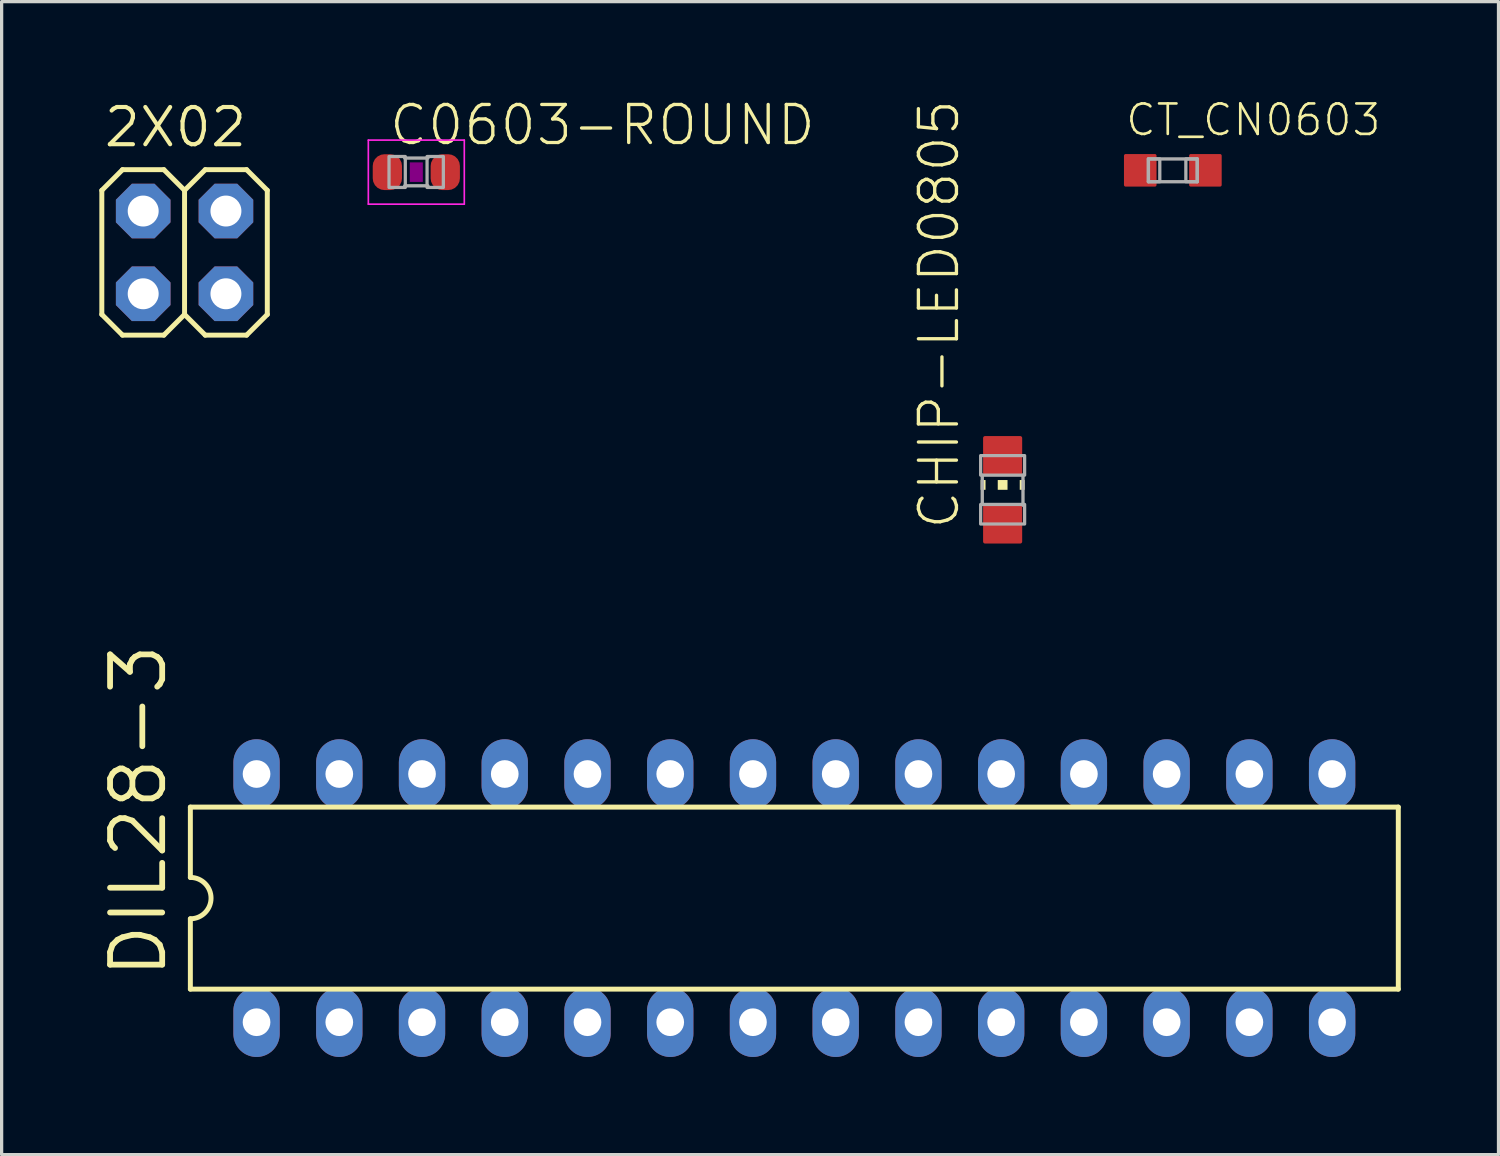
<source format=kicad_pcb>
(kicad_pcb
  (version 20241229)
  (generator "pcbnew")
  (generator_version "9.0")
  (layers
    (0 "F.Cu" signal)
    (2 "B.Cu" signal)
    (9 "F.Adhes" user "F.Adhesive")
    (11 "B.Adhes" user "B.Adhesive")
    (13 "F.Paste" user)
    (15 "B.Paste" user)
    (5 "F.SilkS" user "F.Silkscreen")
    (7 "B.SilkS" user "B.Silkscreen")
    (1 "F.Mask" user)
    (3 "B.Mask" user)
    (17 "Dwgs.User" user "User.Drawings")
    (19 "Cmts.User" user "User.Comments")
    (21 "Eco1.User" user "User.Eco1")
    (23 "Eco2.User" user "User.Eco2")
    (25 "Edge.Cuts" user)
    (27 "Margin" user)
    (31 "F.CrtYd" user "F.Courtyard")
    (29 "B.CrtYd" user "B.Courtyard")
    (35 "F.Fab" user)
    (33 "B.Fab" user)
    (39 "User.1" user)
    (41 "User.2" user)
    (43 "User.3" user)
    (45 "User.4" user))
  (footprint "CHIP-LED0805"
    (layer "F.Cu")
    (at 27.731 11.987)
    (property "Reference" "CHIP-LED0805" (at -1.27 1.27 90) (layer "F.SilkS") (effects (font (size 1.168 1.168) (thickness 0.102)) (justify left bottom)))
    (fp_poly (pts (xy -0.675 0) (xy -0.525 0) (xy -0.525 -0.3) (xy -0.675 -0.3)) (stroke (width 0) (type default)) (fill yes) (layer "F.SilkS"))
    (fp_poly (pts (xy -0.15 0) (xy 0.15 0) (xy 0.15 -0.3) (xy -0.15 -0.3)) (stroke (width 0) (type default)) (fill yes) (layer "F.SilkS"))
    (fp_poly (pts (xy 0.525 0) (xy 0.675 0) (xy 0.675 -0.3) (xy 0.525 -0.3)) (stroke (width 0) (type default)) (fill yes) (layer "F.SilkS"))
    (fp_line (start -0.625 -0.45) (end -0.625 0.45) (stroke (width 0.102) (type solid)) (layer "F.Fab"))
    (fp_line (start 0.625 -0.45) (end 0.625 0.475) (stroke (width 0.102) (type solid)) (layer "F.Fab"))
    (fp_poly (pts (xy -0.675 -0.45) (xy 0.675 -0.45) (xy 0.675 -1.05) (xy -0.675 -1.05)) (stroke (width 0.1) (type default)) (fill no) (layer "F.Fab"))
    (fp_poly (pts (xy -0.675 1.05) (xy 0.675 1.05) (xy 0.675 0.45) (xy -0.675 0.45)) (stroke (width 0.1) (type default)) (fill no) (layer "F.Fab"))
    (pad "A" smd roundrect (at 0 1.05) (size 1.2 1.2) (layers "F.Cu" "F.Mask" "F.Paste") (roundrect_rratio 0.05))
    (pad "C" smd roundrect (at 0 -1.05) (size 1.2 1.2) (layers "F.Cu" "F.Mask" "F.Paste") (roundrect_rratio 0.05)))
  (footprint "C0603-ROUND"
    (layer "F.Cu")
    (at 9.731 2.235)
    (property "Reference" "C0603-ROUND" (at -0.889 -0.762 0) (layer "F.SilkS") (effects (font (size 1.168 1.168) (thickness 0.102)) (justify left bottom)))
    (fp_poly (pts (xy -0.2 0.3) (xy 0.2 0.3) (xy 0.2 -0.3) (xy -0.2 -0.3)) (stroke (width 0) (type default)) (fill yes) (layer "F.Adhes"))
    (fp_line (start -1.473 -0.983) (end 1.473 -0.983) (stroke (width 0.051) (type solid)) (layer "F.CrtYd"))
    (fp_line (start -1.473 0.983) (end -1.473 -0.983) (stroke (width 0.051) (type solid)) (layer "F.CrtYd"))
    (fp_line (start 1.473 -0.983) (end 1.473 0.983) (stroke (width 0.051) (type solid)) (layer "F.CrtYd"))
    (fp_line (start 1.473 0.983) (end -1.473 0.983) (stroke (width 0.051) (type solid)) (layer "F.CrtYd"))
    (fp_line (start -0.356 -0.432) (end 0.356 -0.432) (stroke (width 0.102) (type solid)) (layer "F.Fab"))
    (fp_line (start -0.356 0.419) (end 0.356 0.419) (stroke (width 0.102) (type solid)) (layer "F.Fab"))
    (fp_poly (pts (xy -0.838 0.47) (xy -0.338 0.47) (xy -0.338 -0.48) (xy -0.838 -0.48)) (stroke (width 0.1) (type default)) (fill no) (layer "F.Fab"))
    (fp_poly (pts (xy 0.33 0.47) (xy 0.83 0.47) (xy 0.83 -0.48) (xy 0.33 -0.48)) (stroke (width 0.1) (type default)) (fill no) (layer "F.Fab"))
    (pad "1" smd roundrect (at -0.889 0 90) (size 1.1 0.898) (layers "F.Cu" "F.Mask" "F.Paste") (roundrect_rratio 0.4))
    (pad "2" smd roundrect (at 0.889 0 90) (size 1.1 0.898) (layers "F.Cu" "F.Mask" "F.Paste") (roundrect_rratio 0.4)))
  (footprint "DIL28-3"
    (layer "F.Cu")
    (at 21.336 24.522)
    (property "Reference" "DIL28-3" (at -19.202 2.54 90) (layer "F.SilkS") (effects (font (size 1.6 1.6) (thickness 0.178)) (justify left bottom)))
    (fp_line (start -18.542 -2.794) (end -18.542 -0.635) (stroke (width 0.152) (type solid)) (layer "F.SilkS"))
    (fp_line (start -18.542 -2.794) (end 18.542 -2.794) (stroke (width 0.152) (type solid)) (layer "F.SilkS"))
    (fp_line (start -18.542 0.635) (end -18.542 2.794) (stroke (width 0.152) (type solid)) (layer "F.SilkS"))
    (fp_line (start -18.542 2.794) (end 18.542 2.794) (stroke (width 0.152) (type solid)) (layer "F.SilkS"))
    (fp_line (start 18.542 -2.794) (end 18.542 2.794) (stroke (width 0.152) (type solid)) (layer "F.SilkS"))
    (fp_arc (start -18.542 -0.635) (mid -17.907 0) (end -18.542 0.635) (stroke (width 0.1524) (type solid)) (layer "F.SilkS"))
    (pad "1" thru_hole oval (at -16.51 3.81 90) (size 2.134 1.422) (drill 0.85) (layers "*.Cu" "*.Mask"))
    (pad "2" thru_hole oval (at -13.97 3.81 90) (size 2.134 1.422) (drill 0.85) (layers "*.Cu" "*.Mask"))
    (pad "3" thru_hole oval (at -11.43 3.81 90) (size 2.134 1.422) (drill 0.85) (layers "*.Cu" "*.Mask"))
    (pad "4" thru_hole oval (at -8.89 3.81 90) (size 2.134 1.422) (drill 0.85) (layers "*.Cu" "*.Mask"))
    (pad "5" thru_hole oval (at -6.35 3.81 90) (size 2.134 1.422) (drill 0.85) (layers "*.Cu" "*.Mask"))
    (pad "6" thru_hole oval (at -3.81 3.81 90) (size 2.134 1.422) (drill 0.85) (layers "*.Cu" "*.Mask"))
    (pad "7" thru_hole oval (at -1.27 3.81 90) (size 2.134 1.422) (drill 0.85) (layers "*.Cu" "*.Mask"))
    (pad "8" thru_hole oval (at 1.27 3.81 90) (size 2.134 1.422) (drill 0.85) (layers "*.Cu" "*.Mask"))
    (pad "9" thru_hole oval (at 3.81 3.81 90) (size 2.134 1.422) (drill 0.85) (layers "*.Cu" "*.Mask"))
    (pad "10" thru_hole oval (at 6.35 3.81 90) (size 2.134 1.422) (drill 0.85) (layers "*.Cu" "*.Mask"))
    (pad "11" thru_hole oval (at 8.89 3.81 90) (size 2.134 1.422) (drill 0.85) (layers "*.Cu" "*.Mask"))
    (pad "12" thru_hole oval (at 11.43 3.81 90) (size 2.134 1.422) (drill 0.85) (layers "*.Cu" "*.Mask"))
    (pad "13" thru_hole oval (at 13.97 3.81 90) (size 2.134 1.422) (drill 0.85) (layers "*.Cu" "*.Mask"))
    (pad "14" thru_hole oval (at 16.51 3.81 90) (size 2.134 1.422) (drill 0.85) (layers "*.Cu" "*.Mask"))
    (pad "15" thru_hole oval (at 16.51 -3.81 90) (size 2.134 1.422) (drill 0.85) (layers "*.Cu" "*.Mask"))
    (pad "16" thru_hole oval (at 13.97 -3.81 90) (size 2.134 1.422) (drill 0.85) (layers "*.Cu" "*.Mask"))
    (pad "17" thru_hole oval (at 11.43 -3.81 90) (size 2.134 1.422) (drill 0.85) (layers "*.Cu" "*.Mask"))
    (pad "18" thru_hole oval (at 8.89 -3.81 90) (size 2.134 1.422) (drill 0.85) (layers "*.Cu" "*.Mask"))
    (pad "19" thru_hole oval (at 6.35 -3.81 90) (size 2.134 1.422) (drill 0.85) (layers "*.Cu" "*.Mask"))
    (pad "20" thru_hole oval (at 3.81 -3.81 90) (size 2.134 1.422) (drill 0.85) (layers "*.Cu" "*.Mask"))
    (pad "21" thru_hole oval (at 1.27 -3.81 90) (size 2.134 1.422) (drill 0.85) (layers "*.Cu" "*.Mask"))
    (pad "22" thru_hole oval (at -1.27 -3.81 90) (size 2.134 1.422) (drill 0.85) (layers "*.Cu" "*.Mask"))
    (pad "23" thru_hole oval (at -3.81 -3.81 90) (size 2.134 1.422) (drill 0.85) (layers "*.Cu" "*.Mask"))
    (pad "24" thru_hole oval (at -6.35 -3.81 90) (size 2.134 1.422) (drill 0.85) (layers "*.Cu" "*.Mask"))
    (pad "25" thru_hole oval (at -8.89 -3.81 90) (size 2.134 1.422) (drill 0.85) (layers "*.Cu" "*.Mask"))
    (pad "26" thru_hole oval (at -11.43 -3.81 90) (size 2.134 1.422) (drill 0.85) (layers "*.Cu" "*.Mask"))
    (pad "27" thru_hole oval (at -13.97 -3.81 90) (size 2.134 1.422) (drill 0.85) (layers "*.Cu" "*.Mask"))
    (pad "28" thru_hole oval (at -16.51 -3.81 90) (size 2.134 1.422) (drill 0.85) (layers "*.Cu" "*.Mask")))
  (footprint "2X02"
    (layer "F.Cu")
    (at 2.616 4.699)
    (property "Reference" "2X02" (at -2.54 -3.175 0) (layer "F.SilkS") (effects (font (size 1.143 1.143) (thickness 0.127)) (justify left bottom)))
    (fp_line (start -2.54 -1.905) (end -1.905 -2.54) (stroke (width 0.152) (type solid)) (layer "F.SilkS"))
    (fp_line (start -2.54 1.905) (end -2.54 -1.905) (stroke (width 0.152) (type solid)) (layer "F.SilkS"))
    (fp_line (start -2.54 1.905) (end -1.905 2.54) (stroke (width 0.152) (type solid)) (layer "F.SilkS"))
    (fp_line (start -1.905 -2.54) (end -0.635 -2.54) (stroke (width 0.152) (type solid)) (layer "F.SilkS"))
    (fp_line (start -1.905 2.54) (end -0.635 2.54) (stroke (width 0.152) (type solid)) (layer "F.SilkS"))
    (fp_line (start -0.635 -2.54) (end 0 -1.905) (stroke (width 0.152) (type solid)) (layer "F.SilkS"))
    (fp_line (start -0.635 2.54) (end 0 1.905) (stroke (width 0.152) (type solid)) (layer "F.SilkS"))
    (fp_line (start 0 -1.905) (end 0 1.905) (stroke (width 0.152) (type solid)) (layer "F.SilkS"))
    (fp_line (start 0 -1.905) (end 0.635 -2.54) (stroke (width 0.152) (type solid)) (layer "F.SilkS"))
    (fp_line (start 0 1.905) (end 0.635 2.54) (stroke (width 0.152) (type solid)) (layer "F.SilkS"))
    (fp_line (start 0.635 -2.54) (end 1.905 -2.54) (stroke (width 0.152) (type solid)) (layer "F.SilkS"))
    (fp_line (start 0.635 2.54) (end 1.905 2.54) (stroke (width 0.152) (type solid)) (layer "F.SilkS"))
    (fp_line (start 1.905 -2.54) (end 2.54 -1.905) (stroke (width 0.152) (type solid)) (layer "F.SilkS"))
    (fp_line (start 1.905 2.54) (end 2.54 1.905) (stroke (width 0.152) (type solid)) (layer "F.SilkS"))
    (fp_line (start 2.54 -1.905) (end 2.54 1.905) (stroke (width 0.152) (type solid)) (layer "F.SilkS"))
    (fp_poly (pts (xy -1.524 -1.016) (xy -1.016 -1.016) (xy -1.016 -1.524) (xy -1.524 -1.524)) (stroke (width 0.1) (type default)) (fill no) (layer "F.Fab"))
    (fp_poly (pts (xy -1.524 1.524) (xy -1.016 1.524) (xy -1.016 1.016) (xy -1.524 1.016)) (stroke (width 0.1) (type default)) (fill no) (layer "F.Fab"))
    (fp_poly (pts (xy 1.016 -1.016) (xy 1.524 -1.016) (xy 1.524 -1.524) (xy 1.016 -1.524)) (stroke (width 0.1) (type default)) (fill no) (layer "F.Fab"))
    (fp_poly (pts (xy 1.016 1.524) (xy 1.524 1.524) (xy 1.524 1.016) (xy 1.016 1.016)) (stroke (width 0.1) (type default)) (fill no) (layer "F.Fab"))
    (pad "1" thru_hole roundrect (at -1.27 1.27) (size 1.676 1.676) (drill 0.95) (layers "*.Cu" "*.Mask") (roundrect_rratio 0.25) (chamfer_ratio 0.293) (chamfer top_left top_right bottom_left bottom_right))
    (pad "2" thru_hole roundrect (at -1.27 -1.27) (size 1.676 1.676) (drill 0.95) (layers "*.Cu" "*.Mask") (roundrect_rratio 0.25) (chamfer_ratio 0.293) (chamfer top_left top_right bottom_left bottom_right))
    (pad "3" thru_hole roundrect (at 1.27 1.27) (size 1.676 1.676) (drill 0.95) (layers "*.Cu" "*.Mask") (roundrect_rratio 0.25) (chamfer_ratio 0.293) (chamfer top_left top_right bottom_left bottom_right))
    (pad "4" thru_hole roundrect (at 1.27 -1.27) (size 1.676 1.676) (drill 0.95) (layers "*.Cu" "*.Mask") (roundrect_rratio 0.25) (chamfer_ratio 0.293) (chamfer top_left top_right bottom_left bottom_right)))
  (footprint "CT_CN0603"
    (layer "F.Cu")
    (at 32.956 2.179)
    (property "Reference" "CT_CN0603" (at -1.5 -1 0) (layer "F.SilkS") (effects (font (size 0.935 0.935) (thickness 0.081)) (justify left bottom)))
    (fp_line (start -0.75 -0.35) (end 0.75 -0.35) (stroke (width 0.102) (type solid)) (layer "F.Fab"))
    (fp_line (start -0.75 0.35) (end -0.75 -0.35) (stroke (width 0.102) (type solid)) (layer "F.Fab"))
    (fp_line (start 0.75 -0.35) (end 0.75 0.35) (stroke (width 0.102) (type solid)) (layer "F.Fab"))
    (fp_line (start 0.75 0.35) (end -0.75 0.35) (stroke (width 0.102) (type solid)) (layer "F.Fab"))
    (fp_poly (pts (xy -0.75 0.35) (xy -0.4 0.35) (xy -0.4 -0.35) (xy -0.75 -0.35)) (stroke (width 0.1) (type default)) (fill no) (layer "F.Fab"))
    (fp_poly (pts (xy 0.75 -0.35) (xy 0.4 -0.35) (xy 0.4 0.35) (xy 0.75 0.35)) (stroke (width 0.1) (type default)) (fill no) (layer "F.Fab"))
    (pad "1" smd roundrect (at -1 0) (size 1 1) (layers "F.Cu" "F.Mask" "F.Paste") (roundrect_rratio 0.051))
    (pad "2" smd roundrect (at 1 0) (size 1 1) (layers "F.Cu" "F.Mask" "F.Paste") (roundrect_rratio 0.051)))
  (gr_rect
    (start -3 -3)
    (end 42.954 32.398)
    (stroke (width 0.1) (type default))
    (fill no)
    (layer "Edge.Cuts")))
</source>
